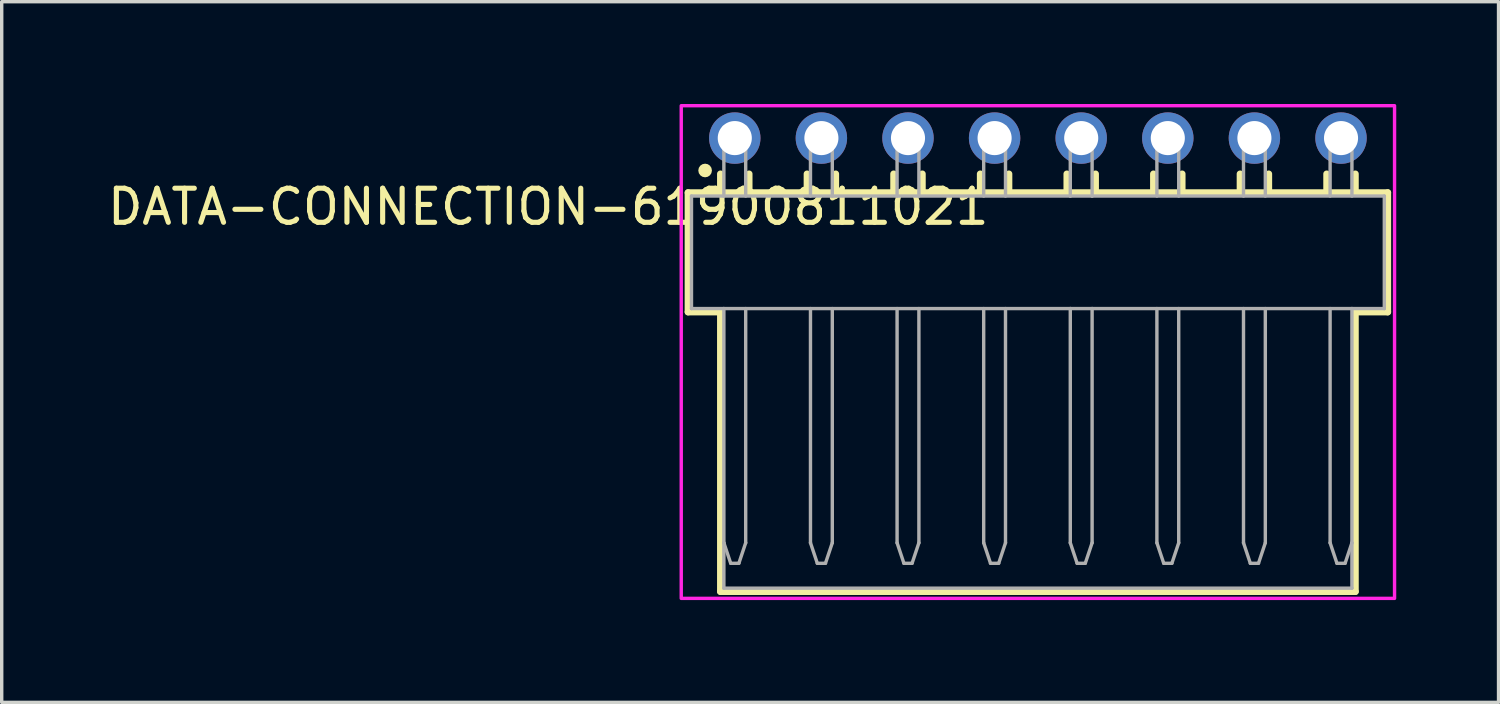
<source format=kicad_pcb>
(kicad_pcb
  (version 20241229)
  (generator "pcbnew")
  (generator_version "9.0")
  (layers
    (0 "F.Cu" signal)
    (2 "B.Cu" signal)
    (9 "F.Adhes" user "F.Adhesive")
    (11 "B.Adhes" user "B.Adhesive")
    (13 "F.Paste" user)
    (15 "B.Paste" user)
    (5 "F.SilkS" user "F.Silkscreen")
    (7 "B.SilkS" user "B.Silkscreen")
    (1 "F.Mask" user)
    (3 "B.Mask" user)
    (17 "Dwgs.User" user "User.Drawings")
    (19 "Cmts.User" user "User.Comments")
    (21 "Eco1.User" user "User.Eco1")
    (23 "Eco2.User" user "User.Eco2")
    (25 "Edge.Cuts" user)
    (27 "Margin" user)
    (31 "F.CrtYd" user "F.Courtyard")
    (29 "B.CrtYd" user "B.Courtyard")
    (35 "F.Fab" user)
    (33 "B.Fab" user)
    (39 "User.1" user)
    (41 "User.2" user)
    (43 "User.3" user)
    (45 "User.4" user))
  (footprint "DATA-CONNECTION-61900811021"
    (layer "F.Cu")
    (at 27.39 4.35)
    (property "Reference" "DATA-CONNECTION-61900811021" (at -14.36 -1.335 0) (layer "F.SilkS") (effects (font (size 1 1) (thickness 0.15))))
    (attr through_hole)
    (fp_line (start -10.26 -1.75) (end -9.31 -1.75) (stroke (width 0.2) (type solid)) (layer "F.SilkS"))
    (fp_line (start -10.26 1.75) (end -10.26 -1.75) (stroke (width 0.2) (type solid)) (layer "F.SilkS"))
    (fp_line (start -9.31 -2.3) (end -9.31 -1.75) (stroke (width 0.2) (type solid)) (layer "F.SilkS"))
    (fp_line (start -9.31 -1.75) (end -8.47 -1.75) (stroke (width 0.2) (type solid)) (layer "F.SilkS"))
    (fp_line (start -9.31 1.75) (end -10.26 1.75) (stroke (width 0.2) (type solid)) (layer "F.SilkS"))
    (fp_line (start -9.31 9.95) (end -9.31 1.75) (stroke (width 0.2) (type solid)) (layer "F.SilkS"))
    (fp_line (start -8.47 -2.3) (end -8.47 -1.75) (stroke (width 0.2) (type solid)) (layer "F.SilkS"))
    (fp_line (start -8.47 -1.75) (end 10.26 -1.75) (stroke (width 0.2) (type solid)) (layer "F.SilkS"))
    (fp_line (start -6.77 -2.3) (end -6.77 -1.75) (stroke (width 0.2) (type solid)) (layer "F.SilkS"))
    (fp_line (start -5.93 -2.3) (end -5.93 -1.75) (stroke (width 0.2) (type solid)) (layer "F.SilkS"))
    (fp_line (start -4.23 -2.3) (end -4.23 -1.75) (stroke (width 0.2) (type solid)) (layer "F.SilkS"))
    (fp_line (start -3.39 -2.3) (end -3.39 -1.75) (stroke (width 0.2) (type solid)) (layer "F.SilkS"))
    (fp_line (start -1.69 -2.3) (end -1.69 -1.75) (stroke (width 0.2) (type solid)) (layer "F.SilkS"))
    (fp_line (start -0.85 -2.3) (end -0.85 -1.75) (stroke (width 0.2) (type solid)) (layer "F.SilkS"))
    (fp_line (start 0.85 -2.3) (end 0.85 -1.75) (stroke (width 0.2) (type solid)) (layer "F.SilkS"))
    (fp_line (start 1.69 -2.3) (end 1.69 -1.75) (stroke (width 0.2) (type solid)) (layer "F.SilkS"))
    (fp_line (start 3.39 -2.3) (end 3.39 -1.75) (stroke (width 0.2) (type solid)) (layer "F.SilkS"))
    (fp_line (start 4.23 -2.3) (end 4.23 -1.75) (stroke (width 0.2) (type solid)) (layer "F.SilkS"))
    (fp_line (start 5.93 -2.3) (end 5.93 -1.75) (stroke (width 0.2) (type solid)) (layer "F.SilkS"))
    (fp_line (start 6.77 -2.3) (end 6.77 -1.75) (stroke (width 0.2) (type solid)) (layer "F.SilkS"))
    (fp_line (start 8.47 -2.3) (end 8.47 -1.75) (stroke (width 0.2) (type solid)) (layer "F.SilkS"))
    (fp_line (start 9.31 -2.3) (end 9.31 -1.75) (stroke (width 0.2) (type solid)) (layer "F.SilkS"))
    (fp_line (start 9.31 1.75) (end 9.31 9.95) (stroke (width 0.2) (type solid)) (layer "F.SilkS"))
    (fp_line (start 9.31 9.95) (end -9.31 9.95) (stroke (width 0.2) (type solid)) (layer "F.SilkS"))
    (fp_line (start 10.26 -1.75) (end 10.26 1.75) (stroke (width 0.2) (type solid)) (layer "F.SilkS"))
    (fp_line (start 10.26 1.75) (end 9.31 1.75) (stroke (width 0.2) (type solid)) (layer "F.SilkS"))
    (fp_circle (center -9.76 -2.4) (end -9.66 -2.4) (stroke (width 0.2) (type solid)) (fill no) (layer "F.SilkS"))
    (fp_poly (pts (xy -10.46 -4.3) (xy 10.46 -4.3) (xy 10.46 10.15) (xy -10.46 10.15)) (stroke (width 0.1) (type solid)) (fill no) (layer "F.CrtYd"))
    (fp_line (start -10.16 -1.65) (end 0.95 -1.65) (stroke (width 0.1) (type solid)) (layer "F.Fab"))
    (fp_line (start -10.16 1.65) (end -10.16 -1.65) (stroke (width 0.1) (type solid)) (layer "F.Fab"))
    (fp_line (start -10.16 1.65) (end -9.21 1.65) (stroke (width 0.1) (type solid)) (layer "F.Fab"))
    (fp_line (start -9.21 -3.67) (end -9.21 -1.65) (stroke (width 0.1) (type solid)) (layer "F.Fab"))
    (fp_line (start -9.21 -3.67) (end -8.57 -3.67) (stroke (width 0.1) (type solid)) (layer "F.Fab"))
    (fp_line (start -9.21 1.65) (end -9.21 8.52) (stroke (width 0.1) (type solid)) (layer "F.Fab"))
    (fp_line (start -9.21 1.65) (end 0.95 1.65) (stroke (width 0.1) (type solid)) (layer "F.Fab"))
    (fp_line (start -9.21 8.52) (end -9.01 9.12) (stroke (width 0.1) (type solid)) (layer "F.Fab"))
    (fp_line (start -9.21 9.85) (end -9.21 8.52) (stroke (width 0.1) (type solid)) (layer "F.Fab"))
    (fp_line (start -9.01 9.12) (end -8.77 9.12) (stroke (width 0.1) (type solid)) (layer "F.Fab"))
    (fp_line (start -8.77 9.12) (end -8.57 8.52) (stroke (width 0.1) (type solid)) (layer "F.Fab"))
    (fp_line (start -8.57 -3.67) (end -8.57 -1.65) (stroke (width 0.1) (type solid)) (layer "F.Fab"))
    (fp_line (start -8.57 8.52) (end -8.57 1.65) (stroke (width 0.1) (type solid)) (layer "F.Fab"))
    (fp_line (start -6.67 -3.67) (end -6.67 -1.65) (stroke (width 0.1) (type solid)) (layer "F.Fab"))
    (fp_line (start -6.67 -3.67) (end -6.03 -3.67) (stroke (width 0.1) (type solid)) (layer "F.Fab"))
    (fp_line (start -6.67 1.65) (end -6.67 8.52) (stroke (width 0.1) (type solid)) (layer "F.Fab"))
    (fp_line (start -6.67 8.52) (end -6.47 9.12) (stroke (width 0.1) (type solid)) (layer "F.Fab"))
    (fp_line (start -6.47 9.12) (end -6.23 9.12) (stroke (width 0.1) (type solid)) (layer "F.Fab"))
    (fp_line (start -6.23 9.12) (end -6.03 8.52) (stroke (width 0.1) (type solid)) (layer "F.Fab"))
    (fp_line (start -6.03 -3.67) (end -6.03 -1.65) (stroke (width 0.1) (type solid)) (layer "F.Fab"))
    (fp_line (start -6.03 8.52) (end -6.03 1.65) (stroke (width 0.1) (type solid)) (layer "F.Fab"))
    (fp_line (start -4.13 -3.67) (end -4.13 -1.65) (stroke (width 0.1) (type solid)) (layer "F.Fab"))
    (fp_line (start -4.13 -3.67) (end -3.49 -3.67) (stroke (width 0.1) (type solid)) (layer "F.Fab"))
    (fp_line (start -4.13 1.65) (end -4.13 8.52) (stroke (width 0.1) (type solid)) (layer "F.Fab"))
    (fp_line (start -4.13 8.52) (end -3.93 9.12) (stroke (width 0.1) (type solid)) (layer "F.Fab"))
    (fp_line (start -3.93 9.12) (end -3.69 9.12) (stroke (width 0.1) (type solid)) (layer "F.Fab"))
    (fp_line (start -3.69 9.12) (end -3.49 8.52) (stroke (width 0.1) (type solid)) (layer "F.Fab"))
    (fp_line (start -3.49 -3.67) (end -3.49 -1.65) (stroke (width 0.1) (type solid)) (layer "F.Fab"))
    (fp_line (start -3.49 8.52) (end -3.49 1.65) (stroke (width 0.1) (type solid)) (layer "F.Fab"))
    (fp_line (start -1.59 -3.67) (end -1.59 -1.65) (stroke (width 0.1) (type solid)) (layer "F.Fab"))
    (fp_line (start -1.59 -3.67) (end -0.95 -3.67) (stroke (width 0.1) (type solid)) (layer "F.Fab"))
    (fp_line (start -1.59 1.65) (end -1.59 8.52) (stroke (width 0.1) (type solid)) (layer "F.Fab"))
    (fp_line (start -1.59 8.52) (end -1.39 9.12) (stroke (width 0.1) (type solid)) (layer "F.Fab"))
    (fp_line (start -1.39 9.12) (end -1.15 9.12) (stroke (width 0.1) (type solid)) (layer "F.Fab"))
    (fp_line (start -1.15 9.12) (end -0.95 8.52) (stroke (width 0.1) (type solid)) (layer "F.Fab"))
    (fp_line (start -0.95 -3.67) (end -0.95 -1.65) (stroke (width 0.1) (type solid)) (layer "F.Fab"))
    (fp_line (start -0.95 8.52) (end -0.95 1.65) (stroke (width 0.1) (type solid)) (layer "F.Fab"))
    (fp_line (start 0.95 -3.67) (end 0.95 -1.65) (stroke (width 0.1) (type solid)) (layer "F.Fab"))
    (fp_line (start 0.95 -3.67) (end 1.59 -3.67) (stroke (width 0.1) (type solid)) (layer "F.Fab"))
    (fp_line (start 0.95 -1.65) (end 1.59 -1.65) (stroke (width 0.1) (type solid)) (layer "F.Fab"))
    (fp_line (start 0.95 1.65) (end 0.95 8.52) (stroke (width 0.1) (type solid)) (layer "F.Fab"))
    (fp_line (start 0.95 1.65) (end 1.59 1.65) (stroke (width 0.1) (type solid)) (layer "F.Fab"))
    (fp_line (start 0.95 8.52) (end 1.15 9.12) (stroke (width 0.1) (type solid)) (layer "F.Fab"))
    (fp_line (start 1.15 9.12) (end 1.39 9.12) (stroke (width 0.1) (type solid)) (layer "F.Fab"))
    (fp_line (start 1.39 9.12) (end 1.59 8.52) (stroke (width 0.1) (type solid)) (layer "F.Fab"))
    (fp_line (start 1.59 -3.67) (end 1.59 -1.65) (stroke (width 0.1) (type solid)) (layer "F.Fab"))
    (fp_line (start 1.59 -1.65) (end 10.16 -1.65) (stroke (width 0.1) (type solid)) (layer "F.Fab"))
    (fp_line (start 1.59 1.65) (end 9.21 1.65) (stroke (width 0.1) (type solid)) (layer "F.Fab"))
    (fp_line (start 1.59 8.52) (end 1.59 1.65) (stroke (width 0.1) (type solid)) (layer "F.Fab"))
    (fp_line (start 3.49 -3.67) (end 3.49 -1.65) (stroke (width 0.1) (type solid)) (layer "F.Fab"))
    (fp_line (start 3.49 -3.67) (end 4.13 -3.67) (stroke (width 0.1) (type solid)) (layer "F.Fab"))
    (fp_line (start 3.49 1.65) (end 3.49 8.52) (stroke (width 0.1) (type solid)) (layer "F.Fab"))
    (fp_line (start 3.49 8.52) (end 3.69 9.12) (stroke (width 0.1) (type solid)) (layer "F.Fab"))
    (fp_line (start 3.69 9.12) (end 3.93 9.12) (stroke (width 0.1) (type solid)) (layer "F.Fab"))
    (fp_line (start 3.93 9.12) (end 4.13 8.52) (stroke (width 0.1) (type solid)) (layer "F.Fab"))
    (fp_line (start 4.13 -3.67) (end 4.13 -1.65) (stroke (width 0.1) (type solid)) (layer "F.Fab"))
    (fp_line (start 4.13 8.52) (end 4.13 1.65) (stroke (width 0.1) (type solid)) (layer "F.Fab"))
    (fp_line (start 6.03 -3.67) (end 6.03 -1.65) (stroke (width 0.1) (type solid)) (layer "F.Fab"))
    (fp_line (start 6.03 -3.67) (end 6.67 -3.67) (stroke (width 0.1) (type solid)) (layer "F.Fab"))
    (fp_line (start 6.03 1.65) (end 6.03 8.52) (stroke (width 0.1) (type solid)) (layer "F.Fab"))
    (fp_line (start 6.03 8.52) (end 6.23 9.12) (stroke (width 0.1) (type solid)) (layer "F.Fab"))
    (fp_line (start 6.23 9.12) (end 6.47 9.12) (stroke (width 0.1) (type solid)) (layer "F.Fab"))
    (fp_line (start 6.47 9.12) (end 6.67 8.52) (stroke (width 0.1) (type solid)) (layer "F.Fab"))
    (fp_line (start 6.67 -3.67) (end 6.67 -1.65) (stroke (width 0.1) (type solid)) (layer "F.Fab"))
    (fp_line (start 6.67 8.52) (end 6.67 1.65) (stroke (width 0.1) (type solid)) (layer "F.Fab"))
    (fp_line (start 8.57 -3.67) (end 8.57 -1.65) (stroke (width 0.1) (type solid)) (layer "F.Fab"))
    (fp_line (start 8.57 -3.67) (end 9.21 -3.67) (stroke (width 0.1) (type solid)) (layer "F.Fab"))
    (fp_line (start 8.57 1.65) (end 8.57 8.52) (stroke (width 0.1) (type solid)) (layer "F.Fab"))
    (fp_line (start 8.57 8.52) (end 8.77 9.12) (stroke (width 0.1) (type solid)) (layer "F.Fab"))
    (fp_line (start 8.77 9.12) (end 9.01 9.12) (stroke (width 0.1) (type solid)) (layer "F.Fab"))
    (fp_line (start 9.01 9.12) (end 9.21 8.52) (stroke (width 0.1) (type solid)) (layer "F.Fab"))
    (fp_line (start 9.21 -3.67) (end 9.21 -1.65) (stroke (width 0.1) (type solid)) (layer "F.Fab"))
    (fp_line (start 9.21 1.65) (end 10.16 1.65) (stroke (width 0.1) (type solid)) (layer "F.Fab"))
    (fp_line (start 9.21 8.52) (end 9.21 1.65) (stroke (width 0.1) (type solid)) (layer "F.Fab"))
    (fp_line (start 9.21 9.85) (end -9.21 9.85) (stroke (width 0.1) (type solid)) (layer "F.Fab"))
    (fp_line (start 9.21 9.85) (end 9.21 8.52) (stroke (width 0.1) (type solid)) (layer "F.Fab"))
    (fp_line (start 10.16 -1.65) (end 10.16 1.65) (stroke (width 0.1) (type solid)) (layer "F.Fab"))
    (pad "1" thru_hole circle (at -8.89 -3.35) (size 1.508 1.508) (drill 1) (layers "*.Cu" "*.Mask"))
    (pad "2" thru_hole circle (at -6.35 -3.35) (size 1.508 1.508) (drill 1) (layers "*.Cu" "*.Mask"))
    (pad "3" thru_hole circle (at -3.81 -3.35) (size 1.508 1.508) (drill 1) (layers "*.Cu" "*.Mask"))
    (pad "4" thru_hole circle (at -1.27 -3.35) (size 1.508 1.508) (drill 1) (layers "*.Cu" "*.Mask"))
    (pad "5" thru_hole circle (at 1.27 -3.35) (size 1.508 1.508) (drill 1) (layers "*.Cu" "*.Mask"))
    (pad "6" thru_hole circle (at 3.81 -3.35) (size 1.508 1.508) (drill 1) (layers "*.Cu" "*.Mask"))
    (pad "7" thru_hole circle (at 6.35 -3.35) (size 1.508 1.508) (drill 1) (layers "*.Cu" "*.Mask"))
    (pad "8" thru_hole circle (at 8.89 -3.35) (size 1.508 1.508) (drill 1) (layers "*.Cu" "*.Mask")))
  (gr_rect
    (start -3 -3)
    (end 40.9 17.55)
    (stroke (width 0.1) (type default))
    (fill no)
    (layer "Edge.Cuts")))
</source>
